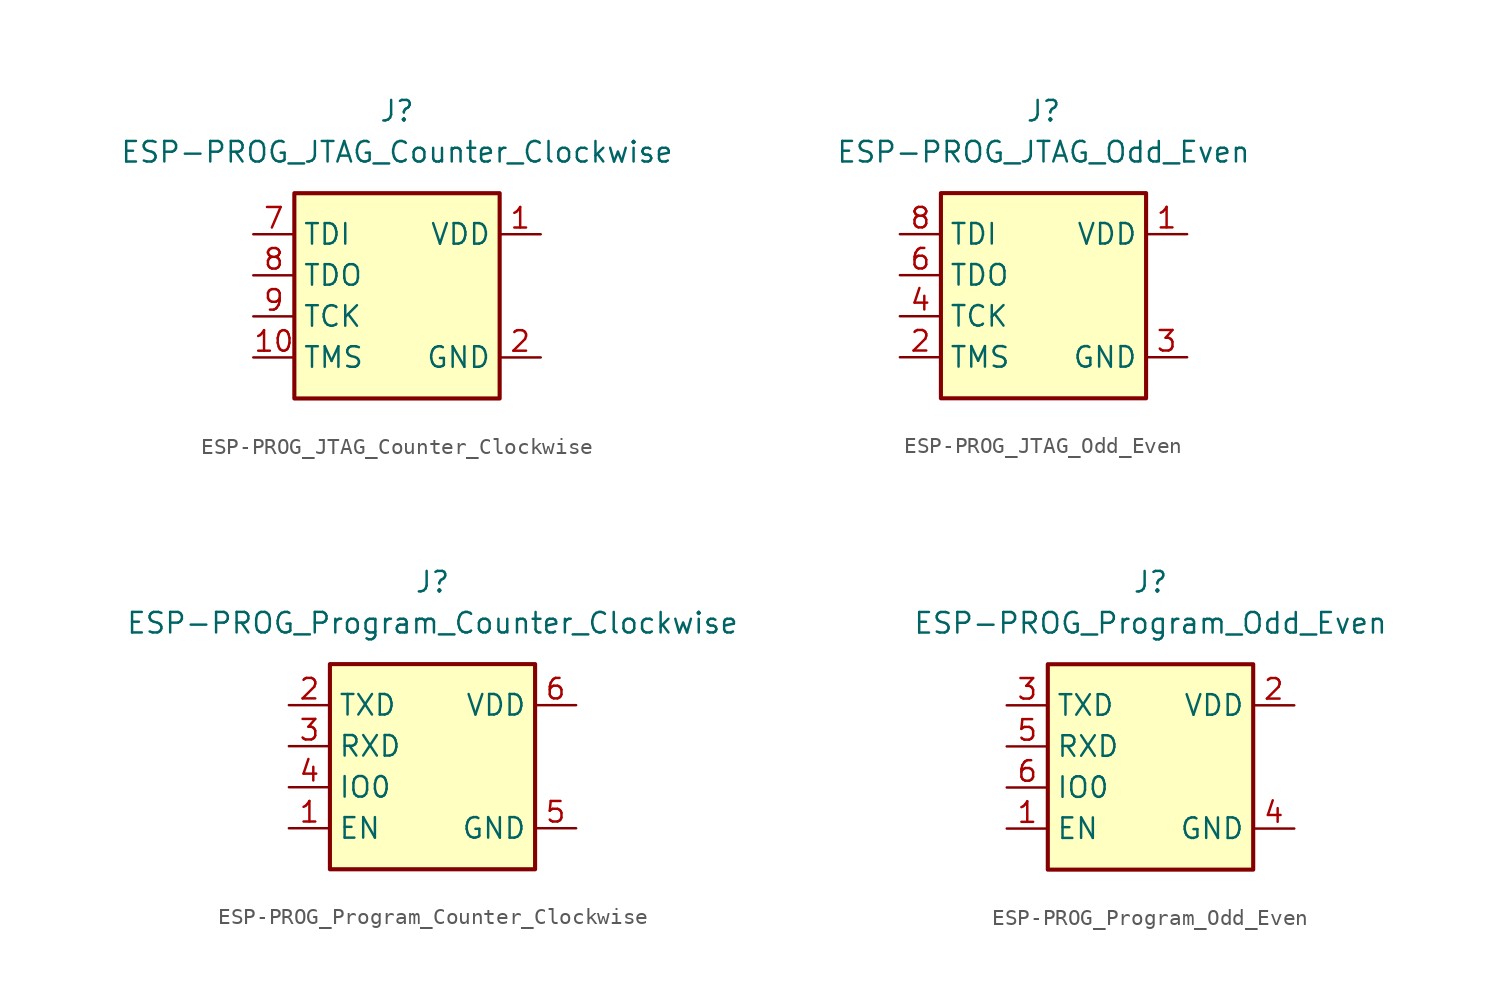
<source format=kicad_sym>
(kicad_symbol_lib
  (version 20211014)
  (generator kicad_symbol_editor)
  (symbol "ESP-PROG_JTAG_Counter_Clockwise"
    (property "Reference" "J"
      (at 0 11.43 0)
      (effects (font (size 1.27 1.27))))
    (property "Value" "ESP-PROG_JTAG_Counter_Clockwise"
      (at 0 8.89 0)
      (effects (font (size 1.27 1.27))))
    (symbol "ESP-PROG_JTAG_Counter_Clockwise_0_0"
      (pin power_in line (at 8.89 3.81 180) (length 2.54) (name "VDD" (effects (font (size 1.27 1.27)))) (number "1" (effects (font (size 1.27 1.27)))))
      (pin output line (at -8.89 -3.81 0) (length 2.54) (name "TMS" (effects (font (size 1.27 1.27)))) (number "10" (effects (font (size 1.27 1.27)))))
      (pin power_in line (at 8.89 -3.81 180) (length 2.54) (name "GND" (effects (font (size 1.27 1.27)))) (number "2" (effects (font (size 1.27 1.27)))))
      (pin power_in line (at 8.89 -3.81 180) (length 2.54) hide (name "GND" (effects (font (size 1.27 1.27)))) (number "3" (effects (font (size 1.27 1.27)))))
      (pin power_in line (at 8.89 -3.81 180) (length 2.54) hide (name "GND" (effects (font (size 1.27 1.27)))) (number "4" (effects (font (size 1.27 1.27)))))
      (pin power_in line (at 8.89 -3.81 180) (length 2.54) hide (name "GND" (effects (font (size 1.27 1.27)))) (number "5" (effects (font (size 1.27 1.27)))))
      (pin no_connect line (at 0 -6.35 90) (length 2.54) hide (name "NC" (effects (font (size 1.27 1.27)))) (number "6" (effects (font (size 1.27 1.27)))))
      (pin output line (at -8.89 3.81 0) (length 2.54) (name "TDI" (effects (font (size 1.27 1.27)))) (number "7" (effects (font (size 1.27 1.27)))))
      (pin output line (at -8.89 1.27 0) (length 2.54) (name "TDO" (effects (font (size 1.27 1.27)))) (number "8" (effects (font (size 1.27 1.27)))))
      (pin output line (at -8.89 -1.27 0) (length 2.54) (name "TCK" (effects (font (size 1.27 1.27)))) (number "9" (effects (font (size 1.27 1.27))))))
    (symbol "ESP-PROG_JTAG_Counter_Clockwise_0_1"
      (rectangle (start -6.35 6.35) (end 6.35 -6.35) (stroke (width 0.254) (type default) (color 0 0 0 0)) (fill (type background)))))
  (symbol "ESP-PROG_JTAG_Odd_Even"
    (property "Reference" "J"
      (at 0 11.43 0)
      (effects (font (size 1.27 1.27))))
    (property "Value" "ESP-PROG_JTAG_Odd_Even"
      (at 0 8.89 0)
      (effects (font (size 1.27 1.27))))
    (symbol "ESP-PROG_JTAG_Odd_Even_0_0"
      (pin power_in line (at 8.89 3.81 180) (length 2.54) (name "VDD" (effects (font (size 1.27 1.27)))) (number "1" (effects (font (size 1.27 1.27)))))
      (pin no_connect line (at 0 -6.35 90) (length 2.54) hide (name "NC" (effects (font (size 1.27 1.27)))) (number "10" (effects (font (size 1.27 1.27)))))
      (pin output line (at -8.89 -3.81 0) (length 2.54) (name "TMS" (effects (font (size 1.27 1.27)))) (number "2" (effects (font (size 1.27 1.27)))))
      (pin power_in line (at 8.89 -3.81 180) (length 2.54) (name "GND" (effects (font (size 1.27 1.27)))) (number "3" (effects (font (size 1.27 1.27)))))
      (pin output line (at -8.89 -1.27 0) (length 2.54) (name "TCK" (effects (font (size 1.27 1.27)))) (number "4" (effects (font (size 1.27 1.27)))))
      (pin power_in line (at 8.89 -3.81 180) (length 2.54) hide (name "GND" (effects (font (size 1.27 1.27)))) (number "5" (effects (font (size 1.27 1.27)))))
      (pin output line (at -8.89 1.27 0) (length 2.54) (name "TDO" (effects (font (size 1.27 1.27)))) (number "6" (effects (font (size 1.27 1.27)))))
      (pin power_in line (at 8.89 -3.81 180) (length 2.54) hide (name "GND" (effects (font (size 1.27 1.27)))) (number "7" (effects (font (size 1.27 1.27)))))
      (pin output line (at -8.89 3.81 0) (length 2.54) (name "TDI" (effects (font (size 1.27 1.27)))) (number "8" (effects (font (size 1.27 1.27)))))
      (pin power_in line (at 8.89 -3.81 180) (length 2.54) hide (name "GND" (effects (font (size 1.27 1.27)))) (number "9" (effects (font (size 1.27 1.27))))))
    (symbol "ESP-PROG_JTAG_Odd_Even_0_1"
      (rectangle (start -6.35 6.35) (end 6.35 -6.35) (stroke (width 0.254) (type default) (color 0 0 0 0)) (fill (type background)))))
  (symbol "ESP-PROG_Program_Counter_Clockwise"
    (property "Reference" "J"
      (at 0 11.43 0)
      (effects (font (size 1.27 1.27))))
    (property "Value" "ESP-PROG_Program_Counter_Clockwise"
      (at 0 8.89 0)
      (effects (font (size 1.27 1.27))))
    (symbol "ESP-PROG_Program_Counter_Clockwise_0_0"
      (pin output line (at -8.89 -3.81 0) (length 2.54) (name "EN" (effects (font (size 1.27 1.27)))) (number "1" (effects (font (size 1.27 1.27)))))
      (pin input line (at -8.89 3.81 0) (length 2.54) (name "TXD" (effects (font (size 1.27 1.27)))) (number "2" (effects (font (size 1.27 1.27)))))
      (pin output line (at -8.89 1.27 0) (length 2.54) (name "RXD" (effects (font (size 1.27 1.27)))) (number "3" (effects (font (size 1.27 1.27)))))
      (pin output line (at -8.89 -1.27 0) (length 2.54) (name "IO0" (effects (font (size 1.27 1.27)))) (number "4" (effects (font (size 1.27 1.27)))))
      (pin power_in line (at 8.89 -3.81 180) (length 2.54) (name "GND" (effects (font (size 1.27 1.27)))) (number "5" (effects (font (size 1.27 1.27)))))
      (pin power_out line (at 8.89 3.81 180) (length 2.54) (name "VDD" (effects (font (size 1.27 1.27)))) (number "6" (effects (font (size 1.27 1.27))))))
    (symbol "ESP-PROG_Program_Counter_Clockwise_0_1"
      (rectangle (start -6.35 6.35) (end 6.35 -6.35) (stroke (width 0.254) (type default) (color 0 0 0 0)) (fill (type background)))))
  (symbol "ESP-PROG_Program_Odd_Even"
    (property "Reference" "J"
      (at 0 11.43 0)
      (effects (font (size 1.27 1.27))))
    (property "Value" "ESP-PROG_Program_Odd_Even"
      (at 0 8.89 0)
      (effects (font (size 1.27 1.27))))
    (symbol "ESP-PROG_Program_Odd_Even_0_0"
      (pin output line (at -8.89 -3.81 0) (length 2.54) (name "EN" (effects (font (size 1.27 1.27)))) (number "1" (effects (font (size 1.27 1.27)))))
      (pin power_out line (at 8.89 3.81 180) (length 2.54) (name "VDD" (effects (font (size 1.27 1.27)))) (number "2" (effects (font (size 1.27 1.27)))))
      (pin input line (at -8.89 3.81 0) (length 2.54) (name "TXD" (effects (font (size 1.27 1.27)))) (number "3" (effects (font (size 1.27 1.27)))))
      (pin power_in line (at 8.89 -3.81 180) (length 2.54) (name "GND" (effects (font (size 1.27 1.27)))) (number "4" (effects (font (size 1.27 1.27)))))
      (pin output line (at -8.89 1.27 0) (length 2.54) (name "RXD" (effects (font (size 1.27 1.27)))) (number "5" (effects (font (size 1.27 1.27)))))
      (pin output line (at -8.89 -1.27 0) (length 2.54) (name "IO0" (effects (font (size 1.27 1.27)))) (number "6" (effects (font (size 1.27 1.27))))))
    (symbol "ESP-PROG_Program_Odd_Even_0_1"
      (rectangle (start -6.35 6.35) (end 6.35 -6.35) (stroke (width 0.254) (type default) (color 0 0 0 0)) (fill (type background))))))
</source>
